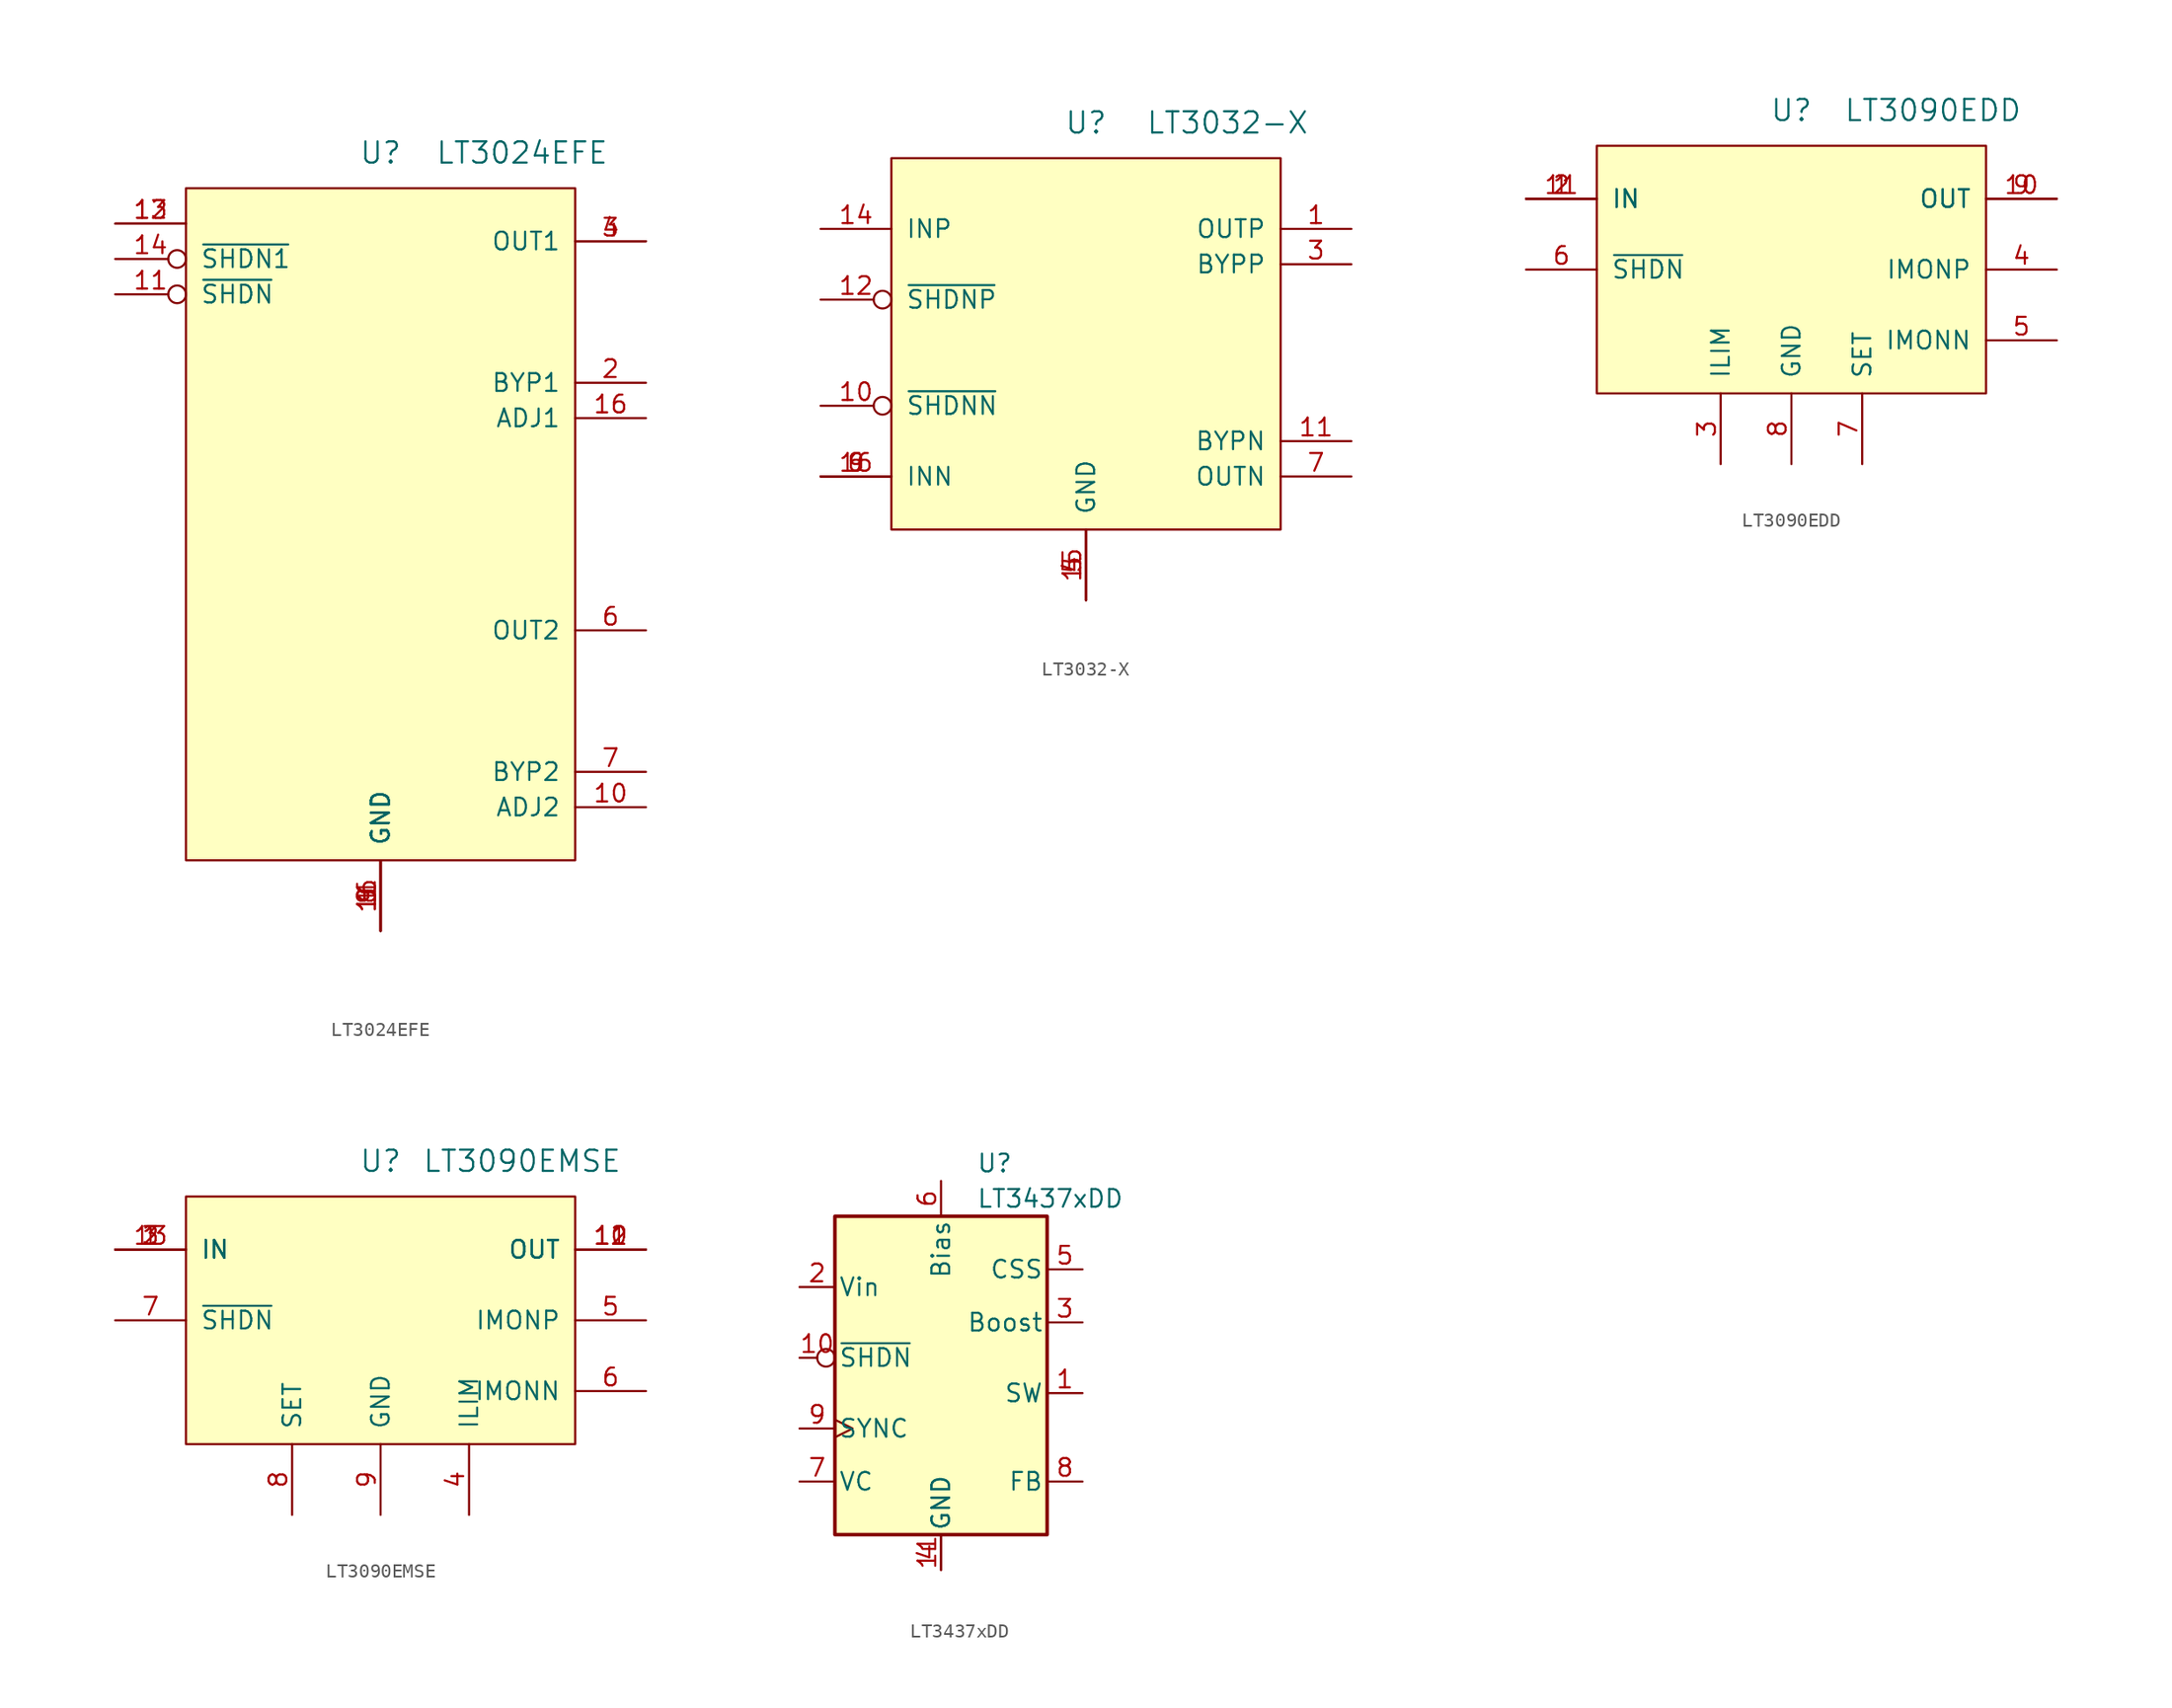
<source format=kicad_sym>
(kicad_symbol_lib
  (version 20220914)
  (generator kicad_symbol_editor)
  (symbol "LT3024EFE"
    (pin_names
      (offset 1.016))
    (property "Reference" "U"
      (at 0 26.67 0)
      (effects (font (size 1.524 1.524))))
    (property "Value" "LT3024EFE"
      (at 10.16 26.67 0)
      (effects (font (size 1.524 1.524))))
    (symbol "LT3024EFE_0_1"
      (rectangle (start -13.97 24.13) (end 13.97 -24.13) (stroke (width 0) (type solid)) (fill (type background))))
    (symbol "LT3024EFE_1_1"
      (pin power_out line (at 0 -29.21 90) (length 5.08) (name "GND" (effects (font (size 1.27 1.27)))) (number "1" (effects (font (size 1.27 1.27)))))
      (pin input line (at 19.05 -20.32 180) (length 5.08) (name "ADJ2" (effects (font (size 1.27 1.27)))) (number "10" (effects (font (size 1.27 1.27)))))
      (pin power_out line (at 0 -29.21 90) (length 5.08) (name "GND" (effects (font (size 1.27 1.27)))) (number "11" (effects (font (size 1.27 1.27)))))
      (pin input inverted (at -19.05 16.51 0) (length 5.08) (name "~{SHDN}" (effects (font (size 1.27 1.27)))) (number "11" (effects (font (size 1.27 1.27)))))
      (pin power_in line (at -19.05 21.59 0) (length 5.08) (name "~" (effects (font (size 1.27 1.27)))) (number "12" (effects (font (size 1.27 1.27)))))
      (pin power_in line (at -19.05 21.59 0) (length 5.08) (name "~" (effects (font (size 1.27 1.27)))) (number "13" (effects (font (size 1.27 1.27)))))
      (pin input inverted (at -19.05 19.05 0) (length 5.08) (name "~{SHDN1}" (effects (font (size 1.27 1.27)))) (number "14" (effects (font (size 1.27 1.27)))))
      (pin input line (at 19.05 7.62 180) (length 5.08) (name "ADJ1" (effects (font (size 1.27 1.27)))) (number "16" (effects (font (size 1.27 1.27)))))
      (pin power_out line (at 0 -29.21 90) (length 5.08) (name "GND" (effects (font (size 1.27 1.27)))) (number "16" (effects (font (size 1.27 1.27)))))
      (pin passive line (at 19.05 10.16 180) (length 5.08) (name "BYP1" (effects (font (size 1.27 1.27)))) (number "2" (effects (font (size 1.27 1.27)))))
      (pin power_out line (at 19.05 20.32 180) (length 5.08) (name "~" (effects (font (size 1.27 1.27)))) (number "3" (effects (font (size 1.27 1.27)))))
      (pin power_out line (at 19.05 20.32 180) (length 5.08) (name "OUT1" (effects (font (size 1.27 1.27)))) (number "4" (effects (font (size 1.27 1.27)))))
      (pin power_out line (at 19.05 -7.62 180) (length 5.08) (name "OUT2" (effects (font (size 1.27 1.27)))) (number "6" (effects (font (size 1.27 1.27)))))
      (pin passive line (at 19.05 -17.78 180) (length 5.08) (name "BYP2" (effects (font (size 1.27 1.27)))) (number "7" (effects (font (size 1.27 1.27)))))
      (pin power_out line (at 0 -29.21 90) (length 5.08) (name "GND" (effects (font (size 1.27 1.27)))) (number "8" (effects (font (size 1.27 1.27)))))
      (pin power_out line (at 0 -29.21 90) (length 5.08) (name "GND" (effects (font (size 1.27 1.27)))) (number "9" (effects (font (size 1.27 1.27)))))))
  (symbol "LT3032-X"
    (pin_names
      (offset 1.016))
    (property "Reference" "U"
      (at 0 16.51 0)
      (effects (font (size 1.524 1.524))))
    (property "Value" "LT3032-X"
      (at 10.16 16.51 0)
      (effects (font (size 1.524 1.524))))
    (symbol "LT3032-X_0_1"
      (rectangle (start -13.97 13.97) (end 13.97 -12.7) (stroke (width 0) (type solid)) (fill (type background))))
    (symbol "LT3032-X_1_1"
      (pin power_out line (at 19.05 8.89 180) (length 5.08) (name "OUTP" (effects (font (size 1.27 1.27)))) (number "1" (effects (font (size 1.27 1.27)))))
      (pin input inverted (at -19.05 -3.81 0) (length 5.08) (name "~{SHDNN}" (effects (font (size 1.27 1.27)))) (number "10" (effects (font (size 1.27 1.27)))))
      (pin passive line (at 19.05 -6.35 180) (length 5.08) (name "BYPN" (effects (font (size 1.27 1.27)))) (number "11" (effects (font (size 1.27 1.27)))))
      (pin input inverted (at -19.05 3.81 0) (length 5.08) (name "~{SHDNP}" (effects (font (size 1.27 1.27)))) (number "12" (effects (font (size 1.27 1.27)))))
      (pin power_in line (at -19.05 8.89 0) (length 5.08) (name "INP" (effects (font (size 1.27 1.27)))) (number "14" (effects (font (size 1.27 1.27)))))
      (pin power_in line (at 0 -17.78 90) (length 5.08) (name "GND" (effects (font (size 1.27 1.27)))) (number "15" (effects (font (size 1.27 1.27)))))
      (pin passive line (at -19.05 -8.89 0) (length 5.08) (name "~" (effects (font (size 1.27 1.27)))) (number "16" (effects (font (size 1.27 1.27)))))
      (pin passive line (at 19.05 6.35 180) (length 5.08) (name "BYPP" (effects (font (size 1.27 1.27)))) (number "3" (effects (font (size 1.27 1.27)))))
      (pin passive line (at 0 -17.78 90) (length 5.08) (name "~" (effects (font (size 1.27 1.27)))) (number "4" (effects (font (size 1.27 1.27)))))
      (pin passive line (at 0 -17.78 90) (length 5.08) (name "~" (effects (font (size 1.27 1.27)))) (number "5" (effects (font (size 1.27 1.27)))))
      (pin power_in line (at -19.05 -8.89 0) (length 5.08) (name "INN" (effects (font (size 1.27 1.27)))) (number "6" (effects (font (size 1.27 1.27)))))
      (pin power_out line (at 19.05 -8.89 180) (length 5.08) (name "OUTN" (effects (font (size 1.27 1.27)))) (number "7" (effects (font (size 1.27 1.27)))))
      (pin passive line (at -19.05 -8.89 0) (length 5.08) (name "~" (effects (font (size 1.27 1.27)))) (number "9" (effects (font (size 1.27 1.27)))))))
  (symbol "LT3090EDD"
    (pin_names
      (offset 1.016))
    (property "Reference" "U"
      (at 0 11.43 0)
      (effects (font (size 1.524 1.524))))
    (property "Value" "LT3090EDD"
      (at 10.16 11.43 0)
      (effects (font (size 1.524 1.524))))
    (symbol "LT3090EDD_0_1"
      (rectangle (start -13.97 8.89) (end 13.97 -8.89) (stroke (width 0) (type solid)) (fill (type background))))
    (symbol "LT3090EDD_1_1"
      (pin power_in line (at -19.05 5.08 0) (length 5.08) (name "IN" (effects (font (size 1.27 1.27)))) (number "1" (effects (font (size 1.27 1.27)))))
      (pin passive line (at 19.05 5.08 180) (length 5.08) (name "OUT" (effects (font (size 1.27 1.27)))) (number "10" (effects (font (size 1.27 1.27)))))
      (pin power_in line (at -19.05 5.08 0) (length 5.08) (name "IN" (effects (font (size 1.27 1.27)))) (number "11" (effects (font (size 1.27 1.27)))))
      (pin power_in line (at -19.05 5.08 0) (length 5.08) (name "IN" (effects (font (size 1.27 1.27)))) (number "2" (effects (font (size 1.27 1.27)))))
      (pin input line (at -5.08 -13.97 90) (length 5.08) (name "ILIM" (effects (font (size 1.27 1.27)))) (number "3" (effects (font (size 1.27 1.27)))))
      (pin passive line (at 19.05 0 180) (length 5.08) (name "IMONP" (effects (font (size 1.27 1.27)))) (number "4" (effects (font (size 1.27 1.27)))))
      (pin passive line (at 19.05 -5.08 180) (length 5.08) (name "IMONN" (effects (font (size 1.27 1.27)))) (number "5" (effects (font (size 1.27 1.27)))))
      (pin input line (at -19.05 0 0) (length 5.08) (name "~{SHDN}" (effects (font (size 1.27 1.27)))) (number "6" (effects (font (size 1.27 1.27)))))
      (pin input line (at 5.08 -13.97 90) (length 5.08) (name "SET" (effects (font (size 1.27 1.27)))) (number "7" (effects (font (size 1.27 1.27)))))
      (pin power_in line (at 0 -13.97 90) (length 5.08) (name "GND" (effects (font (size 1.27 1.27)))) (number "8" (effects (font (size 1.27 1.27)))))
      (pin power_out line (at 19.05 5.08 180) (length 5.08) (name "OUT" (effects (font (size 1.27 1.27)))) (number "9" (effects (font (size 1.27 1.27)))))))
  (symbol "LT3090EMSE"
    (pin_names
      (offset 1.016))
    (property "Reference" "U"
      (at 0 11.43 0)
      (effects (font (size 1.524 1.524))))
    (property "Value" "LT3090EMSE"
      (at 10.16 11.43 0)
      (effects (font (size 1.524 1.524))))
    (symbol "LT3090EMSE_0_1"
      (rectangle (start -13.97 8.89) (end 13.97 -8.89) (stroke (width 0) (type solid)) (fill (type background))))
    (symbol "LT3090EMSE_1_1"
      (pin power_in line (at -19.05 5.08 0) (length 5.08) (name "IN" (effects (font (size 1.27 1.27)))) (number "1" (effects (font (size 1.27 1.27)))))
      (pin power_out line (at 19.05 5.08 180) (length 5.08) (name "OUT" (effects (font (size 1.27 1.27)))) (number "10" (effects (font (size 1.27 1.27)))))
      (pin power_out line (at 19.05 5.08 180) (length 5.08) (name "OUT" (effects (font (size 1.27 1.27)))) (number "11" (effects (font (size 1.27 1.27)))))
      (pin power_out line (at 19.05 5.08 180) (length 5.08) (name "OUT" (effects (font (size 1.27 1.27)))) (number "12" (effects (font (size 1.27 1.27)))))
      (pin power_in line (at -19.05 5.08 0) (length 5.08) (name "IN" (effects (font (size 1.27 1.27)))) (number "13" (effects (font (size 1.27 1.27)))))
      (pin power_in line (at -19.05 5.08 0) (length 5.08) (name "IN" (effects (font (size 1.27 1.27)))) (number "2" (effects (font (size 1.27 1.27)))))
      (pin power_in line (at -19.05 5.08 0) (length 5.08) (name "IN" (effects (font (size 1.27 1.27)))) (number "3" (effects (font (size 1.27 1.27)))))
      (pin input line (at 6.35 -13.97 90) (length 5.08) (name "ILIM" (effects (font (size 1.27 1.27)))) (number "4" (effects (font (size 1.27 1.27)))))
      (pin output line (at 19.05 0 180) (length 5.08) (name "IMONP" (effects (font (size 1.27 1.27)))) (number "5" (effects (font (size 1.27 1.27)))))
      (pin output line (at 19.05 -5.08 180) (length 5.08) (name "IMONN" (effects (font (size 1.27 1.27)))) (number "6" (effects (font (size 1.27 1.27)))))
      (pin input line (at -19.05 0 0) (length 5.08) (name "~{SHDN}" (effects (font (size 1.27 1.27)))) (number "7" (effects (font (size 1.27 1.27)))))
      (pin input line (at -6.35 -13.97 90) (length 5.08) (name "SET" (effects (font (size 1.27 1.27)))) (number "8" (effects (font (size 1.27 1.27)))))
      (pin power_in line (at 0 -13.97 90) (length 5.08) (name "GND" (effects (font (size 1.27 1.27)))) (number "9" (effects (font (size 1.27 1.27)))))))
  (symbol "LT3437xDD"
    (pin_names
      (offset 0.254))
    (property "Reference" "U"
      (at 2.54 16.51 0)
      (effects (font (size 1.27 1.27)) (justify left)))
    (property "Value" "LT3437xDD"
      (at 2.54 13.97 0)
      (effects (font (size 1.27 1.27)) (justify left)))
    (symbol "LT3437xDD_0_1"
      (rectangle (start -7.62 12.7) (end 7.62 -10.16) (stroke (width 0.254) (type solid)) (fill (type background))))
    (symbol "LT3437xDD_1_1"
      (pin power_out line (at 10.16 0 180) (length 2.54) (name "SW" (effects (font (size 1.27 1.27)))) (number "1" (effects (font (size 1.27 1.27)))))
      (pin input inverted (at -10.16 2.54 0) (length 2.54) (name "~{SHDN}" (effects (font (size 1.27 1.27)))) (number "10" (effects (font (size 1.27 1.27)))))
      (pin power_in line (at 0 -12.7 90) (length 2.54) (name "GND" (effects (font (size 1.27 1.27)))) (number "11" (effects (font (size 1.27 1.27)))))
      (pin power_in line (at -10.16 7.62 0) (length 2.54) (name "Vin" (effects (font (size 1.27 1.27)))) (number "2" (effects (font (size 1.27 1.27)))))
      (pin output line (at 10.16 5.08 180) (length 2.54) (name "Boost" (effects (font (size 1.27 1.27)))) (number "3" (effects (font (size 1.27 1.27)))))
      (pin power_in line (at 0 -12.7 90) (length 2.54) (name "GND" (effects (font (size 1.27 1.27)))) (number "4" (effects (font (size 1.27 1.27)))))
      (pin passive line (at 10.16 8.89 180) (length 2.54) (name "CSS" (effects (font (size 1.27 1.27)))) (number "5" (effects (font (size 1.27 1.27)))))
      (pin power_in line (at 0 15.24 270) (length 2.54) (name "Bias" (effects (font (size 1.27 1.27)))) (number "6" (effects (font (size 1.27 1.27)))))
      (pin input line (at -10.16 -6.35 0) (length 2.54) (name "VC" (effects (font (size 1.27 1.27)))) (number "7" (effects (font (size 1.27 1.27)))))
      (pin input line (at 10.16 -6.35 180) (length 2.54) (name "FB" (effects (font (size 1.27 1.27)))) (number "8" (effects (font (size 1.27 1.27)))))
      (pin input clock (at -10.16 -2.54 0) (length 2.54) (name "SYNC" (effects (font (size 1.27 1.27)))) (number "9" (effects (font (size 1.27 1.27))))))))
</source>
